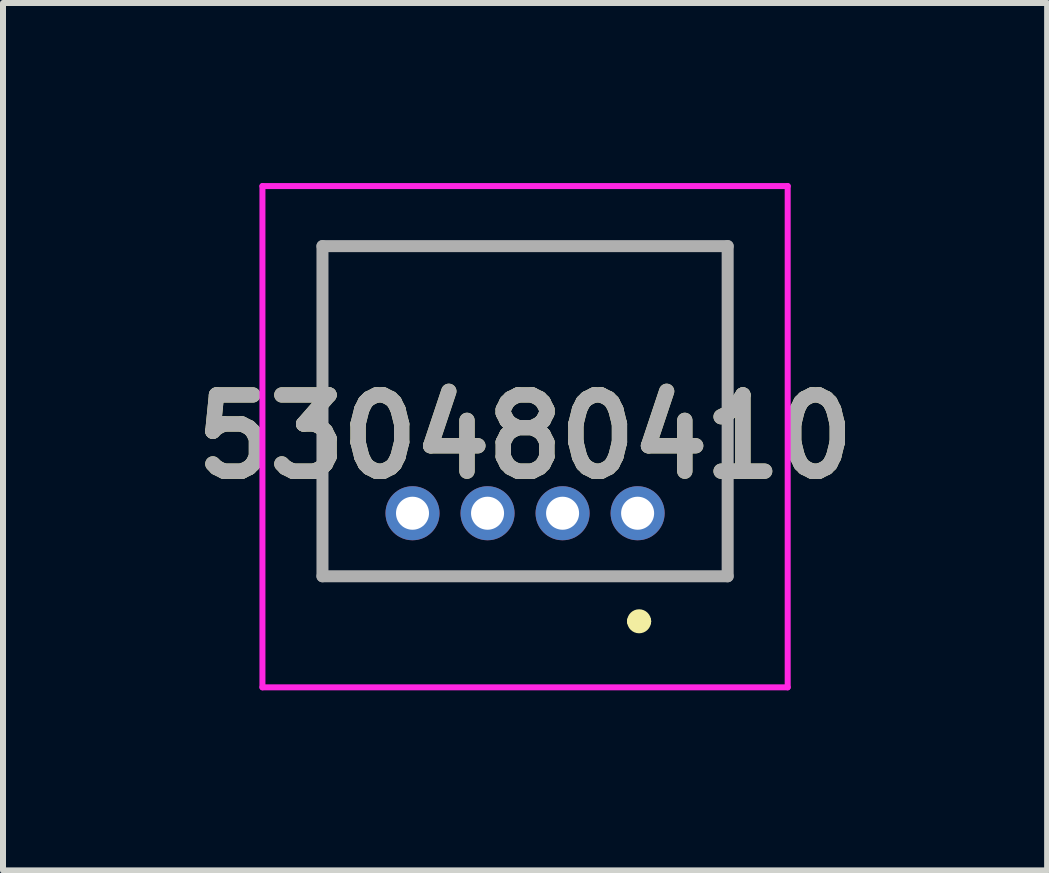
<source format=kicad_pcb>
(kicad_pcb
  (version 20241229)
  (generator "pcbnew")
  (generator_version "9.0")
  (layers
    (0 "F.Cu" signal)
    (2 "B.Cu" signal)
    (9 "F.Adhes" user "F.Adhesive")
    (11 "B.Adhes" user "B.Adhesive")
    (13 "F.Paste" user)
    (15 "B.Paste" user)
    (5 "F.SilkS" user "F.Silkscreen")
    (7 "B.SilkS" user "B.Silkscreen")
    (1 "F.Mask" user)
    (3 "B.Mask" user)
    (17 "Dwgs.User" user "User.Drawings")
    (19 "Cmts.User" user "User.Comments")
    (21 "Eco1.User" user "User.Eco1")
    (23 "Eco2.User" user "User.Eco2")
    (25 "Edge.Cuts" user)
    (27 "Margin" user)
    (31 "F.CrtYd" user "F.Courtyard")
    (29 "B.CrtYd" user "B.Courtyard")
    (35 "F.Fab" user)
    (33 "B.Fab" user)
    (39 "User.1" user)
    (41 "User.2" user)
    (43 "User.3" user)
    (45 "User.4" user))
  (footprint "530480410"
    (layer "F.Cu")
    (at 7.572 5.5)
    (property "Reference" "530480410" (at -1.875 -1.275 0) (layer "F.SilkS") (effects (font (size 1.27 1.27) (thickness 0.254))))
    (attr through_hole)
    (fp_line (start -5.25 -4.45) (end 1.5 -4.45) (stroke (width 0.1) (type solid)) (layer "F.SilkS"))
    (fp_line (start -5.25 1.05) (end -5.25 -4.45) (stroke (width 0.1) (type solid)) (layer "F.SilkS"))
    (fp_line (start -0.075 1.8) (end -0.075 1.8) (stroke (width 0.2) (type solid)) (layer "F.SilkS"))
    (fp_line (start 0.125 1.8) (end 0.125 1.8) (stroke (width 0.2) (type solid)) (layer "F.SilkS"))
    (fp_line (start 1.5 -4.45) (end 1.5 1.05) (stroke (width 0.1) (type solid)) (layer "F.SilkS"))
    (fp_line (start 1.5 1.05) (end -5.25 1.05) (stroke (width 0.1) (type solid)) (layer "F.SilkS"))
    (fp_arc (start -0.075 1.8) (mid 0.025 1.7) (end 0.125 1.8) (stroke (width 0.2) (type solid)) (layer "F.SilkS"))
    (fp_arc (start 0.125 1.8) (mid 0.025 1.9) (end -0.075 1.8) (stroke (width 0.2) (type solid)) (layer "F.SilkS"))
    (fp_line (start -6.25 -5.45) (end 2.5 -5.45) (stroke (width 0.1) (type solid)) (layer "F.CrtYd"))
    (fp_line (start -6.25 2.9) (end -6.25 -5.45) (stroke (width 0.1) (type solid)) (layer "F.CrtYd"))
    (fp_line (start 2.5 -5.45) (end 2.5 2.9) (stroke (width 0.1) (type solid)) (layer "F.CrtYd"))
    (fp_line (start 2.5 2.9) (end -6.25 2.9) (stroke (width 0.1) (type solid)) (layer "F.CrtYd"))
    (fp_line (start -5.25 -4.45) (end 1.5 -4.45) (stroke (width 0.2) (type solid)) (layer "F.Fab"))
    (fp_line (start -5.25 1.05) (end -5.25 -4.45) (stroke (width 0.2) (type solid)) (layer "F.Fab"))
    (fp_line (start 1.5 -4.45) (end 1.5 1.05) (stroke (width 0.2) (type solid)) (layer "F.Fab"))
    (fp_line (start 1.5 1.05) (end -5.25 1.05) (stroke (width 0.2) (type solid)) (layer "F.Fab"))
    (fp_text user "${REFERENCE}" (at -1.875 -1.275 0) (layer "F.Fab") (effects (font (size 1.27 1.27) (thickness 0.254))))
    (pad "1" thru_hole circle (at 0 0) (size 0.9 0.9) (drill 0.55) (layers "*.Cu" "*.Mask"))
    (pad "2" thru_hole circle (at -1.25 0) (size 0.9 0.9) (drill 0.55) (layers "*.Cu" "*.Mask"))
    (pad "3" thru_hole circle (at -2.5 0) (size 0.9 0.9) (drill 0.55) (layers "*.Cu" "*.Mask"))
    (pad "4" thru_hole circle (at -3.75 0) (size 0.9 0.9) (drill 0.55) (layers "*.Cu" "*.Mask")))
  (gr_rect
    (start -3 -3)
    (end 14.394 11.45)
    (stroke (width 0.1) (type default))
    (fill no)
    (layer "Edge.Cuts")))
</source>
